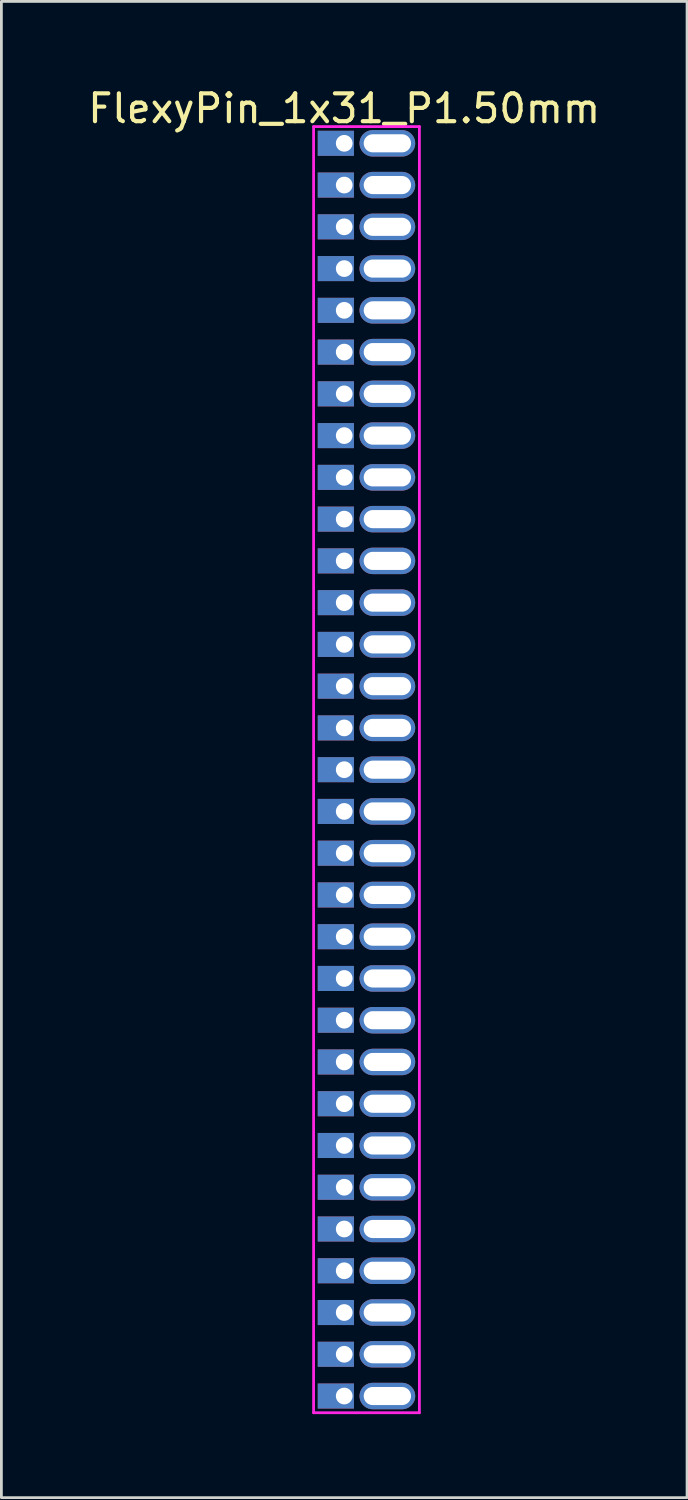
<source format=kicad_pcb>
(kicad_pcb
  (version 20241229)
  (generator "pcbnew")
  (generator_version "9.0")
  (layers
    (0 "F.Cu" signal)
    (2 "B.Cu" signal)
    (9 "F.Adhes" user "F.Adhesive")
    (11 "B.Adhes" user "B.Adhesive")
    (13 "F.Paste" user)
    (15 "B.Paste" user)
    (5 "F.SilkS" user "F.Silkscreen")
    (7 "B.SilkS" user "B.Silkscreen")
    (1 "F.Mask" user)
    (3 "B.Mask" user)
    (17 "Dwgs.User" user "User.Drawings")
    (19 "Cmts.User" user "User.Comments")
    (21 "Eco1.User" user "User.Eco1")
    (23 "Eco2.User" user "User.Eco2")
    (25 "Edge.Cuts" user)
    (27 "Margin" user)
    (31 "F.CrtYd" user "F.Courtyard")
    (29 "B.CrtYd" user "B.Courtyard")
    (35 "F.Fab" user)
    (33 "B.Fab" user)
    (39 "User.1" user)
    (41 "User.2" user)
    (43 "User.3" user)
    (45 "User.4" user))
  (footprint "FlexyPin_1x31_P1.50mm"
    (layer "F.Cu")
    (at 9.315 2.098)
    (property "Reference" "FlexyPin_1x31_P1.50mm" (at 0 -1.25 0) (layer "F.SilkS") (effects (font (size 1 1) (thickness 0.15))))
    (attr through_hole)
    (fp_line (start -1.1 -0.6) (end 2.7 -0.6) (stroke (width 0.1) (type solid)) (layer "F.CrtYd"))
    (fp_line (start -1.1 45.6) (end -1.1 -0.6) (stroke (width 0.1) (type solid)) (layer "F.CrtYd"))
    (fp_line (start 2.7 -0.6) (end 2.7 45.6) (stroke (width 0.1) (type solid)) (layer "F.CrtYd"))
    (fp_line (start 2.7 45.6) (end -1.1 45.6) (stroke (width 0.1) (type solid)) (layer "F.CrtYd"))
    (pad "" thru_hole oval (at 1.55 0) (size 2 0.95) (drill oval 1.7 0.65) (layers "*.Cu" "*.Mask"))
    (pad "" thru_hole oval (at 1.55 1.5) (size 2 0.95) (drill oval 1.7 0.65) (layers "*.Cu" "*.Mask"))
    (pad "" thru_hole oval (at 1.55 3) (size 2 0.95) (drill oval 1.7 0.65) (layers "*.Cu" "*.Mask"))
    (pad "" thru_hole oval (at 1.55 4.5) (size 2 0.95) (drill oval 1.7 0.65) (layers "*.Cu" "*.Mask"))
    (pad "" thru_hole oval (at 1.55 6) (size 2 0.95) (drill oval 1.7 0.65) (layers "*.Cu" "*.Mask"))
    (pad "" thru_hole oval (at 1.55 7.5) (size 2 0.95) (drill oval 1.7 0.65) (layers "*.Cu" "*.Mask"))
    (pad "" thru_hole oval (at 1.55 9) (size 2 0.95) (drill oval 1.7 0.65) (layers "*.Cu" "*.Mask"))
    (pad "" thru_hole oval (at 1.55 10.5) (size 2 0.95) (drill oval 1.7 0.65) (layers "*.Cu" "*.Mask"))
    (pad "" thru_hole oval (at 1.55 12) (size 2 0.95) (drill oval 1.7 0.65) (layers "*.Cu" "*.Mask"))
    (pad "" thru_hole oval (at 1.55 13.5) (size 2 0.95) (drill oval 1.7 0.65) (layers "*.Cu" "*.Mask"))
    (pad "" thru_hole oval (at 1.55 15) (size 2 0.95) (drill oval 1.7 0.65) (layers "*.Cu" "*.Mask"))
    (pad "" thru_hole oval (at 1.55 16.5) (size 2 0.95) (drill oval 1.7 0.65) (layers "*.Cu" "*.Mask"))
    (pad "" thru_hole oval (at 1.55 18) (size 2 0.95) (drill oval 1.7 0.65) (layers "*.Cu" "*.Mask"))
    (pad "" thru_hole oval (at 1.55 19.5) (size 2 0.95) (drill oval 1.7 0.65) (layers "*.Cu" "*.Mask"))
    (pad "" thru_hole oval (at 1.55 21) (size 2 0.95) (drill oval 1.7 0.65) (layers "*.Cu" "*.Mask"))
    (pad "" thru_hole oval (at 1.55 22.5) (size 2 0.95) (drill oval 1.7 0.65) (layers "*.Cu" "*.Mask"))
    (pad "" thru_hole oval (at 1.55 24) (size 2 0.95) (drill oval 1.7 0.65) (layers "*.Cu" "*.Mask"))
    (pad "" thru_hole oval (at 1.55 25.5) (size 2 0.95) (drill oval 1.7 0.65) (layers "*.Cu" "*.Mask"))
    (pad "" thru_hole oval (at 1.55 27) (size 2 0.95) (drill oval 1.7 0.65) (layers "*.Cu" "*.Mask"))
    (pad "" thru_hole oval (at 1.55 28.5) (size 2 0.95) (drill oval 1.7 0.65) (layers "*.Cu" "*.Mask"))
    (pad "" thru_hole oval (at 1.55 30) (size 2 0.95) (drill oval 1.7 0.65) (layers "*.Cu" "*.Mask"))
    (pad "" thru_hole oval (at 1.55 31.5) (size 2 0.95) (drill oval 1.7 0.65) (layers "*.Cu" "*.Mask"))
    (pad "" thru_hole oval (at 1.55 33) (size 2 0.95) (drill oval 1.7 0.65) (layers "*.Cu" "*.Mask"))
    (pad "" thru_hole oval (at 1.55 34.5) (size 2 0.95) (drill oval 1.7 0.65) (layers "*.Cu" "*.Mask"))
    (pad "" thru_hole oval (at 1.55 36) (size 2 0.95) (drill oval 1.7 0.65) (layers "*.Cu" "*.Mask"))
    (pad "" thru_hole oval (at 1.55 37.5) (size 2 0.95) (drill oval 1.7 0.65) (layers "*.Cu" "*.Mask"))
    (pad "" thru_hole oval (at 1.55 39) (size 2 0.95) (drill oval 1.7 0.65) (layers "*.Cu" "*.Mask"))
    (pad "" thru_hole oval (at 1.55 40.5) (size 2 0.95) (drill oval 1.7 0.65) (layers "*.Cu" "*.Mask"))
    (pad "" thru_hole oval (at 1.55 42) (size 2 0.95) (drill oval 1.7 0.65) (layers "*.Cu" "*.Mask"))
    (pad "" thru_hole oval (at 1.55 43.5) (size 2 0.95) (drill oval 1.7 0.65) (layers "*.Cu" "*.Mask"))
    (pad "" thru_hole oval (at 1.55 45) (size 2 0.95) (drill oval 1.7 0.65) (layers "*.Cu" "*.Mask"))
    (pad "1" thru_hole rect (at 0 0) (size 1.3 0.9) (drill 0.6 (offset -0.3 0)) (layers "*.Cu" "*.Mask"))
    (pad "2" thru_hole rect (at 0 1.5) (size 1.3 0.9) (drill 0.6 (offset -0.3 0)) (layers "*.Cu" "*.Mask"))
    (pad "3" thru_hole rect (at 0 3) (size 1.3 0.9) (drill 0.6 (offset -0.3 0)) (layers "*.Cu" "*.Mask"))
    (pad "4" thru_hole rect (at 0 4.5) (size 1.3 0.9) (drill 0.6 (offset -0.3 0)) (layers "*.Cu" "*.Mask"))
    (pad "5" thru_hole rect (at 0 6) (size 1.3 0.9) (drill 0.6 (offset -0.3 0)) (layers "*.Cu" "*.Mask"))
    (pad "6" thru_hole rect (at 0 7.5) (size 1.3 0.9) (drill 0.6 (offset -0.3 0)) (layers "*.Cu" "*.Mask"))
    (pad "7" thru_hole rect (at 0 9) (size 1.3 0.9) (drill 0.6 (offset -0.3 0)) (layers "*.Cu" "*.Mask"))
    (pad "8" thru_hole rect (at 0 10.5) (size 1.3 0.9) (drill 0.6 (offset -0.3 0)) (layers "*.Cu" "*.Mask"))
    (pad "9" thru_hole rect (at 0 12) (size 1.3 0.9) (drill 0.6 (offset -0.3 0)) (layers "*.Cu" "*.Mask"))
    (pad "10" thru_hole rect (at 0 13.5) (size 1.3 0.9) (drill 0.6 (offset -0.3 0)) (layers "*.Cu" "*.Mask"))
    (pad "11" thru_hole rect (at 0 15) (size 1.3 0.9) (drill 0.6 (offset -0.3 0)) (layers "*.Cu" "*.Mask"))
    (pad "12" thru_hole rect (at 0 16.5) (size 1.3 0.9) (drill 0.6 (offset -0.3 0)) (layers "*.Cu" "*.Mask"))
    (pad "13" thru_hole rect (at 0 18) (size 1.3 0.9) (drill 0.6 (offset -0.3 0)) (layers "*.Cu" "*.Mask"))
    (pad "14" thru_hole rect (at 0 19.5) (size 1.3 0.9) (drill 0.6 (offset -0.3 0)) (layers "*.Cu" "*.Mask"))
    (pad "15" thru_hole rect (at 0 21) (size 1.3 0.9) (drill 0.6 (offset -0.3 0)) (layers "*.Cu" "*.Mask"))
    (pad "16" thru_hole rect (at 0 22.5) (size 1.3 0.9) (drill 0.6 (offset -0.3 0)) (layers "*.Cu" "*.Mask"))
    (pad "17" thru_hole rect (at 0 24) (size 1.3 0.9) (drill 0.6 (offset -0.3 0)) (layers "*.Cu" "*.Mask"))
    (pad "18" thru_hole rect (at 0 25.5) (size 1.3 0.9) (drill 0.6 (offset -0.3 0)) (layers "*.Cu" "*.Mask"))
    (pad "19" thru_hole rect (at 0 27) (size 1.3 0.9) (drill 0.6 (offset -0.3 0)) (layers "*.Cu" "*.Mask"))
    (pad "20" thru_hole rect (at 0 28.5) (size 1.3 0.9) (drill 0.6 (offset -0.3 0)) (layers "*.Cu" "*.Mask"))
    (pad "21" thru_hole rect (at 0 30) (size 1.3 0.9) (drill 0.6 (offset -0.3 0)) (layers "*.Cu" "*.Mask"))
    (pad "22" thru_hole rect (at 0 31.5) (size 1.3 0.9) (drill 0.6 (offset -0.3 0)) (layers "*.Cu" "*.Mask"))
    (pad "23" thru_hole rect (at 0 33) (size 1.3 0.9) (drill 0.6 (offset -0.3 0)) (layers "*.Cu" "*.Mask"))
    (pad "24" thru_hole rect (at 0 34.5) (size 1.3 0.9) (drill 0.6 (offset -0.3 0)) (layers "*.Cu" "*.Mask"))
    (pad "25" thru_hole rect (at 0 36) (size 1.3 0.9) (drill 0.6 (offset -0.3 0)) (layers "*.Cu" "*.Mask"))
    (pad "26" thru_hole rect (at 0 37.5) (size 1.3 0.9) (drill 0.6 (offset -0.3 0)) (layers "*.Cu" "*.Mask"))
    (pad "27" thru_hole rect (at 0 39) (size 1.3 0.9) (drill 0.6 (offset -0.3 0)) (layers "*.Cu" "*.Mask"))
    (pad "28" thru_hole rect (at 0 40.5) (size 1.3 0.9) (drill 0.6 (offset -0.3 0)) (layers "*.Cu" "*.Mask"))
    (pad "29" thru_hole rect (at 0 42) (size 1.3 0.9) (drill 0.6 (offset -0.3 0)) (layers "*.Cu" "*.Mask"))
    (pad "30" thru_hole rect (at 0 43.5) (size 1.3 0.9) (drill 0.6 (offset -0.3 0)) (layers "*.Cu" "*.Mask"))
    (pad "31" thru_hole rect (at 0 45) (size 1.3 0.9) (drill 0.6 (offset -0.3 0)) (layers "*.Cu" "*.Mask")))
  (gr_rect
    (start -3 -3)
    (end 21.631 50.748)
    (stroke (width 0.1) (type default))
    (fill no)
    (layer "Edge.Cuts")))
</source>
